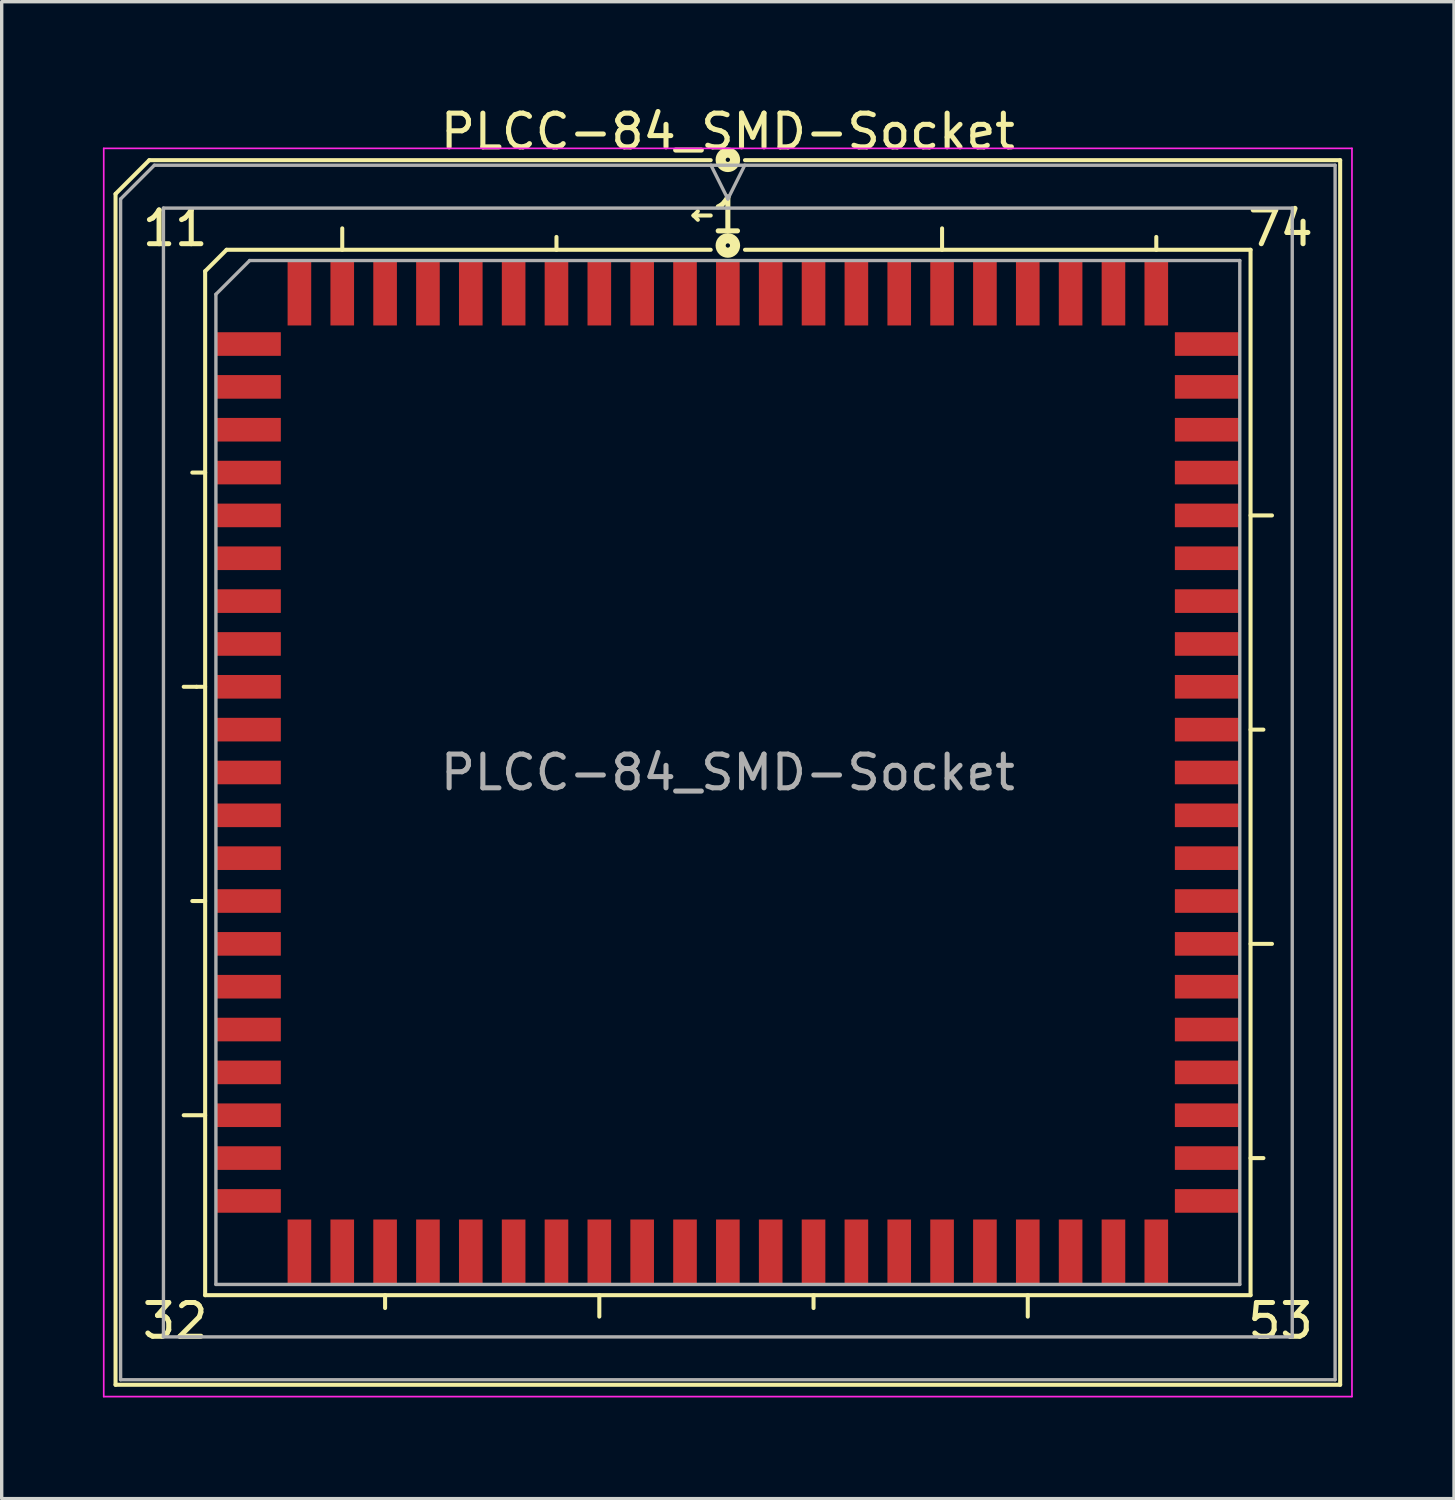
<source format=kicad_pcb>
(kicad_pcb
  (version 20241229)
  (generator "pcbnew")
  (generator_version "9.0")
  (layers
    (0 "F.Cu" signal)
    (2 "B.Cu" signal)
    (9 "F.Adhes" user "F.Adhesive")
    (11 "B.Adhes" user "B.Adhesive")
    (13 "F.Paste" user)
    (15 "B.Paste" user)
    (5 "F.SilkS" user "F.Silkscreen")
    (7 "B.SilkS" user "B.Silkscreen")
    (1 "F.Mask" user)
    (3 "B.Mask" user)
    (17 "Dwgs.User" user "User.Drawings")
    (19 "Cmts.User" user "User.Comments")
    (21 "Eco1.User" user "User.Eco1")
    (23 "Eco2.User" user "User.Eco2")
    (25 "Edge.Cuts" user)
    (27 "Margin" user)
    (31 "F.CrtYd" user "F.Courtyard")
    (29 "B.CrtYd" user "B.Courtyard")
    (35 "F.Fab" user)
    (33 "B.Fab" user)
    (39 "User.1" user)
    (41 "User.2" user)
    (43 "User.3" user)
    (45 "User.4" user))
  (footprint "PLCC-84_SMD-Socket"
    (layer "F.Cu")
    (at 18.525 19.848)
    (property "Reference" "PLCC-84_SMD-Socket" (at 0 -19 0) (layer "F.SilkS") (effects (font (size 1 1) (thickness 0.15))))
    (attr smd)
    (fp_line (start -18.15 -17.15) (end -18.15 18.15) (stroke (width 0.12) (type solid)) (layer "F.SilkS"))
    (fp_line (start -18.15 18.15) (end 18.15 18.15) (stroke (width 0.12) (type solid)) (layer "F.SilkS"))
    (fp_line (start -17.15 -18.15) (end -18.15 -17.15) (stroke (width 0.12) (type solid)) (layer "F.SilkS"))
    (fp_line (start -15.748 -2.54) (end -16.129 -2.54) (stroke (width 0.12) (type solid)) (layer "F.SilkS"))
    (fp_line (start -15.494 -14.859) (end -15.494 15.494) (stroke (width 0.12) (type solid)) (layer "F.SilkS"))
    (fp_line (start -15.494 -8.89) (end -15.875 -8.89) (stroke (width 0.12) (type solid)) (layer "F.SilkS"))
    (fp_line (start -15.494 -2.54) (end -15.748 -2.54) (stroke (width 0.12) (type solid)) (layer "F.SilkS"))
    (fp_line (start -15.494 3.81) (end -15.875 3.81) (stroke (width 0.12) (type solid)) (layer "F.SilkS"))
    (fp_line (start -15.494 10.16) (end -16.129 10.16) (stroke (width 0.12) (type solid)) (layer "F.SilkS"))
    (fp_line (start -15.494 15.494) (end 15.494 15.494) (stroke (width 0.12) (type solid)) (layer "F.SilkS"))
    (fp_line (start -14.859 -15.494) (end -15.494 -14.859) (stroke (width 0.12) (type solid)) (layer "F.SilkS"))
    (fp_line (start -11.43 -15.494) (end -11.43 -16.129) (stroke (width 0.12) (type solid)) (layer "F.SilkS"))
    (fp_line (start -10.16 15.494) (end -10.16 15.875) (stroke (width 0.12) (type solid)) (layer "F.SilkS"))
    (fp_line (start -5.08 -15.494) (end -5.08 -15.875) (stroke (width 0.12) (type solid)) (layer "F.SilkS"))
    (fp_line (start -3.81 15.494) (end -3.81 16.129) (stroke (width 0.12) (type solid)) (layer "F.SilkS"))
    (fp_line (start -1.016 -16.51) (end -0.889 -16.637) (stroke (width 0.12) (type solid)) (layer "F.SilkS"))
    (fp_line (start -1.016 -16.51) (end -0.889 -16.383) (stroke (width 0.12) (type solid)) (layer "F.SilkS"))
    (fp_line (start -0.508 -18.15) (end -17.15 -18.15) (stroke (width 0.12) (type solid)) (layer "F.SilkS"))
    (fp_line (start -0.508 -16.51) (end -1.016 -16.51) (stroke (width 0.12) (type solid)) (layer "F.SilkS"))
    (fp_line (start -0.508 -15.494) (end -14.859 -15.494) (stroke (width 0.12) (type solid)) (layer "F.SilkS"))
    (fp_line (start 2.54 15.494) (end 2.54 15.875) (stroke (width 0.12) (type solid)) (layer "F.SilkS"))
    (fp_line (start 6.35 -15.494) (end 6.35 -16.129) (stroke (width 0.12) (type solid)) (layer "F.SilkS"))
    (fp_line (start 8.89 15.494) (end 8.89 16.129) (stroke (width 0.12) (type solid)) (layer "F.SilkS"))
    (fp_line (start 12.7 -15.494) (end 12.7 -15.875) (stroke (width 0.12) (type solid)) (layer "F.SilkS"))
    (fp_line (start 15.494 -15.494) (end 0.508 -15.494) (stroke (width 0.12) (type solid)) (layer "F.SilkS"))
    (fp_line (start 15.494 -7.62) (end 16.129 -7.62) (stroke (width 0.12) (type solid)) (layer "F.SilkS"))
    (fp_line (start 15.494 -1.27) (end 15.875 -1.27) (stroke (width 0.12) (type solid)) (layer "F.SilkS"))
    (fp_line (start 15.494 5.08) (end 16.129 5.08) (stroke (width 0.12) (type solid)) (layer "F.SilkS"))
    (fp_line (start 15.494 11.43) (end 15.875 11.43) (stroke (width 0.12) (type solid)) (layer "F.SilkS"))
    (fp_line (start 15.494 15.494) (end 15.494 -15.494) (stroke (width 0.12) (type solid)) (layer "F.SilkS"))
    (fp_line (start 18.15 -18.15) (end 0.508 -18.15) (stroke (width 0.12) (type solid)) (layer "F.SilkS"))
    (fp_line (start 18.15 18.15) (end 18.15 -18.15) (stroke (width 0.12) (type solid)) (layer "F.SilkS"))
    (fp_circle (center 0 -18.161) (end 0.064 -18.161) (stroke (width 0.3) (type solid)) (fill no) (layer "F.SilkS"))
    (fp_circle (center 0 -15.621) (end 0.064 -15.621) (stroke (width 0.3) (type solid)) (fill no) (layer "F.SilkS"))
    (fp_line (start -18.5 -18.5) (end -18.5 18.5) (stroke (width 0.05) (type solid)) (layer "F.CrtYd"))
    (fp_line (start -18.5 18.5) (end 18.5 18.5) (stroke (width 0.05) (type solid)) (layer "F.CrtYd"))
    (fp_line (start 18.5 -18.5) (end -18.5 -18.5) (stroke (width 0.05) (type solid)) (layer "F.CrtYd"))
    (fp_line (start 18.5 18.5) (end 18.5 -18.5) (stroke (width 0.05) (type solid)) (layer "F.CrtYd"))
    (fp_line (start -18 -17) (end -18 18) (stroke (width 0.1) (type solid)) (layer "F.Fab"))
    (fp_line (start -18 18) (end 18 18) (stroke (width 0.1) (type solid)) (layer "F.Fab"))
    (fp_line (start -17 -18) (end -18 -17) (stroke (width 0.1) (type solid)) (layer "F.Fab"))
    (fp_line (start -16.73 -16.73) (end -16.73 16.73) (stroke (width 0.1) (type solid)) (layer "F.Fab"))
    (fp_line (start -16.73 16.73) (end 16.73 16.73) (stroke (width 0.1) (type solid)) (layer "F.Fab"))
    (fp_line (start -15.175 -14.175) (end -15.175 15.175) (stroke (width 0.1) (type solid)) (layer "F.Fab"))
    (fp_line (start -15.175 15.175) (end 15.175 15.175) (stroke (width 0.1) (type solid)) (layer "F.Fab"))
    (fp_line (start -14.175 -15.175) (end -15.175 -14.175) (stroke (width 0.1) (type solid)) (layer "F.Fab"))
    (fp_line (start -0.5 -18) (end 0 -17) (stroke (width 0.1) (type solid)) (layer "F.Fab"))
    (fp_line (start 0 -17) (end 0.5 -18) (stroke (width 0.1) (type solid)) (layer "F.Fab"))
    (fp_line (start 15.175 -15.175) (end -14.175 -15.175) (stroke (width 0.1) (type solid)) (layer "F.Fab"))
    (fp_line (start 15.175 15.175) (end 15.175 -15.175) (stroke (width 0.1) (type solid)) (layer "F.Fab"))
    (fp_line (start 16.73 -16.73) (end -16.73 -16.73) (stroke (width 0.1) (type solid)) (layer "F.Fab"))
    (fp_line (start 16.73 16.73) (end 16.73 -16.73) (stroke (width 0.1) (type solid)) (layer "F.Fab"))
    (fp_line (start 18 -18) (end -17 -18) (stroke (width 0.1) (type solid)) (layer "F.Fab"))
    (fp_line (start 18 18) (end 18 -18) (stroke (width 0.1) (type solid)) (layer "F.Fab"))
    (fp_text user "32" (at -16.383 16.256 0) (unlocked yes) (layer "F.SilkS") (effects (font (size 1 1) (thickness 0.15))))
    (fp_text user "11" (at -16.383 -16.129 0) (unlocked yes) (layer "F.SilkS") (effects (font (size 1 1) (thickness 0.15))))
    (fp_text user "53" (at 16.383 16.256 0) (unlocked yes) (layer "F.SilkS") (effects (font (size 1 1) (thickness 0.15))))
    (fp_text user "74" (at 16.383 -16.129 0) (unlocked yes) (layer "F.SilkS") (effects (font (size 1 1) (thickness 0.15))))
    (fp_text user "1" (at 0 -16.51 0) (unlocked yes) (layer "F.SilkS") (effects (font (size 1 1) (thickness 0.15))))
    (fp_text user "${REFERENCE}" (at 0 0 0) (layer "F.Fab") (effects (font (size 1 1) (thickness 0.15))))
    (pad "1" smd rect (at 0 -14.213) (size 0.7 1.925) (layers "F.Cu" "F.Mask" "F.Paste"))
    (pad "2" smd rect (at -1.27 -14.213) (size 0.7 1.925) (layers "F.Cu" "F.Mask" "F.Paste"))
    (pad "3" smd rect (at -2.54 -14.213) (size 0.7 1.925) (layers "F.Cu" "F.Mask" "F.Paste"))
    (pad "4" smd rect (at -3.81 -14.213) (size 0.7 1.925) (layers "F.Cu" "F.Mask" "F.Paste"))
    (pad "5" smd rect (at -5.08 -14.213) (size 0.7 1.925) (layers "F.Cu" "F.Mask" "F.Paste"))
    (pad "6" smd rect (at -6.35 -14.213) (size 0.7 1.925) (layers "F.Cu" "F.Mask" "F.Paste"))
    (pad "7" smd rect (at -7.62 -14.213) (size 0.7 1.925) (layers "F.Cu" "F.Mask" "F.Paste"))
    (pad "8" smd rect (at -8.89 -14.213) (size 0.7 1.925) (layers "F.Cu" "F.Mask" "F.Paste"))
    (pad "9" smd rect (at -10.16 -14.213) (size 0.7 1.925) (layers "F.Cu" "F.Mask" "F.Paste"))
    (pad "10" smd rect (at -11.43 -14.213) (size 0.7 1.925) (layers "F.Cu" "F.Mask" "F.Paste"))
    (pad "11" smd rect (at -12.7 -14.213) (size 0.7 1.925) (layers "F.Cu" "F.Mask" "F.Paste"))
    (pad "12" smd rect (at -14.213 -12.7) (size 1.925 0.7) (layers "F.Cu" "F.Mask" "F.Paste"))
    (pad "13" smd rect (at -14.213 -11.43) (size 1.925 0.7) (layers "F.Cu" "F.Mask" "F.Paste"))
    (pad "14" smd rect (at -14.213 -10.16) (size 1.925 0.7) (layers "F.Cu" "F.Mask" "F.Paste"))
    (pad "15" smd rect (at -14.213 -8.89) (size 1.925 0.7) (layers "F.Cu" "F.Mask" "F.Paste"))
    (pad "16" smd rect (at -14.213 -7.62) (size 1.925 0.7) (layers "F.Cu" "F.Mask" "F.Paste"))
    (pad "17" smd rect (at -14.213 -6.35) (size 1.925 0.7) (layers "F.Cu" "F.Mask" "F.Paste"))
    (pad "18" smd rect (at -14.213 -5.08) (size 1.925 0.7) (layers "F.Cu" "F.Mask" "F.Paste"))
    (pad "19" smd rect (at -14.213 -3.81) (size 1.925 0.7) (layers "F.Cu" "F.Mask" "F.Paste"))
    (pad "20" smd rect (at -14.213 -2.54) (size 1.925 0.7) (layers "F.Cu" "F.Mask" "F.Paste"))
    (pad "21" smd rect (at -14.213 -1.27) (size 1.925 0.7) (layers "F.Cu" "F.Mask" "F.Paste"))
    (pad "22" smd rect (at -14.213 0) (size 1.925 0.7) (layers "F.Cu" "F.Mask" "F.Paste"))
    (pad "23" smd rect (at -14.213 1.27) (size 1.925 0.7) (layers "F.Cu" "F.Mask" "F.Paste"))
    (pad "24" smd rect (at -14.213 2.54) (size 1.925 0.7) (layers "F.Cu" "F.Mask" "F.Paste"))
    (pad "25" smd rect (at -14.213 3.81) (size 1.925 0.7) (layers "F.Cu" "F.Mask" "F.Paste"))
    (pad "26" smd rect (at -14.213 5.08) (size 1.925 0.7) (layers "F.Cu" "F.Mask" "F.Paste"))
    (pad "27" smd rect (at -14.213 6.35) (size 1.925 0.7) (layers "F.Cu" "F.Mask" "F.Paste"))
    (pad "28" smd rect (at -14.213 7.62) (size 1.925 0.7) (layers "F.Cu" "F.Mask" "F.Paste"))
    (pad "29" smd rect (at -14.213 8.89) (size 1.925 0.7) (layers "F.Cu" "F.Mask" "F.Paste"))
    (pad "30" smd rect (at -14.213 10.16) (size 1.925 0.7) (layers "F.Cu" "F.Mask" "F.Paste"))
    (pad "31" smd rect (at -14.213 11.43) (size 1.925 0.7) (layers "F.Cu" "F.Mask" "F.Paste"))
    (pad "32" smd rect (at -14.213 12.7) (size 1.925 0.7) (layers "F.Cu" "F.Mask" "F.Paste"))
    (pad "33" smd rect (at -12.7 14.213) (size 0.7 1.925) (layers "F.Cu" "F.Mask" "F.Paste"))
    (pad "34" smd rect (at -11.43 14.213) (size 0.7 1.925) (layers "F.Cu" "F.Mask" "F.Paste"))
    (pad "35" smd rect (at -10.16 14.213) (size 0.7 1.925) (layers "F.Cu" "F.Mask" "F.Paste"))
    (pad "36" smd rect (at -8.89 14.213) (size 0.7 1.925) (layers "F.Cu" "F.Mask" "F.Paste"))
    (pad "37" smd rect (at -7.62 14.213) (size 0.7 1.925) (layers "F.Cu" "F.Mask" "F.Paste"))
    (pad "38" smd rect (at -6.35 14.213) (size 0.7 1.925) (layers "F.Cu" "F.Mask" "F.Paste"))
    (pad "39" smd rect (at -5.08 14.213) (size 0.7 1.925) (layers "F.Cu" "F.Mask" "F.Paste"))
    (pad "40" smd rect (at -3.81 14.213) (size 0.7 1.925) (layers "F.Cu" "F.Mask" "F.Paste"))
    (pad "41" smd rect (at -2.54 14.213) (size 0.7 1.925) (layers "F.Cu" "F.Mask" "F.Paste"))
    (pad "42" smd rect (at -1.27 14.213) (size 0.7 1.925) (layers "F.Cu" "F.Mask" "F.Paste"))
    (pad "43" smd rect (at 0 14.213) (size 0.7 1.925) (layers "F.Cu" "F.Mask" "F.Paste"))
    (pad "44" smd rect (at 1.27 14.213) (size 0.7 1.925) (layers "F.Cu" "F.Mask" "F.Paste"))
    (pad "45" smd rect (at 2.54 14.213) (size 0.7 1.925) (layers "F.Cu" "F.Mask" "F.Paste"))
    (pad "46" smd rect (at 3.81 14.213) (size 0.7 1.925) (layers "F.Cu" "F.Mask" "F.Paste"))
    (pad "47" smd rect (at 5.08 14.213) (size 0.7 1.925) (layers "F.Cu" "F.Mask" "F.Paste"))
    (pad "48" smd rect (at 6.35 14.213) (size 0.7 1.925) (layers "F.Cu" "F.Mask" "F.Paste"))
    (pad "49" smd rect (at 7.62 14.213) (size 0.7 1.925) (layers "F.Cu" "F.Mask" "F.Paste"))
    (pad "50" smd rect (at 8.89 14.213) (size 0.7 1.925) (layers "F.Cu" "F.Mask" "F.Paste"))
    (pad "51" smd rect (at 10.16 14.213) (size 0.7 1.925) (layers "F.Cu" "F.Mask" "F.Paste"))
    (pad "52" smd rect (at 11.43 14.213) (size 0.7 1.925) (layers "F.Cu" "F.Mask" "F.Paste"))
    (pad "53" smd rect (at 12.7 14.213) (size 0.7 1.925) (layers "F.Cu" "F.Mask" "F.Paste"))
    (pad "54" smd rect (at 14.213 12.7) (size 1.925 0.7) (layers "F.Cu" "F.Mask" "F.Paste"))
    (pad "55" smd rect (at 14.213 11.43) (size 1.925 0.7) (layers "F.Cu" "F.Mask" "F.Paste"))
    (pad "56" smd rect (at 14.213 10.16) (size 1.925 0.7) (layers "F.Cu" "F.Mask" "F.Paste"))
    (pad "57" smd rect (at 14.213 8.89) (size 1.925 0.7) (layers "F.Cu" "F.Mask" "F.Paste"))
    (pad "58" smd rect (at 14.213 7.62) (size 1.925 0.7) (layers "F.Cu" "F.Mask" "F.Paste"))
    (pad "59" smd rect (at 14.213 6.35) (size 1.925 0.7) (layers "F.Cu" "F.Mask" "F.Paste"))
    (pad "60" smd rect (at 14.213 5.08) (size 1.925 0.7) (layers "F.Cu" "F.Mask" "F.Paste"))
    (pad "61" smd rect (at 14.213 3.81) (size 1.925 0.7) (layers "F.Cu" "F.Mask" "F.Paste"))
    (pad "62" smd rect (at 14.213 2.54) (size 1.925 0.7) (layers "F.Cu" "F.Mask" "F.Paste"))
    (pad "63" smd rect (at 14.213 1.27) (size 1.925 0.7) (layers "F.Cu" "F.Mask" "F.Paste"))
    (pad "64" smd rect (at 14.213 0) (size 1.925 0.7) (layers "F.Cu" "F.Mask" "F.Paste"))
    (pad "65" smd rect (at 14.213 -1.27) (size 1.925 0.7) (layers "F.Cu" "F.Mask" "F.Paste"))
    (pad "66" smd rect (at 14.213 -2.54) (size 1.925 0.7) (layers "F.Cu" "F.Mask" "F.Paste"))
    (pad "67" smd rect (at 14.213 -3.81) (size 1.925 0.7) (layers "F.Cu" "F.Mask" "F.Paste"))
    (pad "68" smd rect (at 14.213 -5.08) (size 1.925 0.7) (layers "F.Cu" "F.Mask" "F.Paste"))
    (pad "69" smd rect (at 14.213 -6.35) (size 1.925 0.7) (layers "F.Cu" "F.Mask" "F.Paste"))
    (pad "70" smd rect (at 14.213 -7.62) (size 1.925 0.7) (layers "F.Cu" "F.Mask" "F.Paste"))
    (pad "71" smd rect (at 14.213 -8.89) (size 1.925 0.7) (layers "F.Cu" "F.Mask" "F.Paste"))
    (pad "72" smd rect (at 14.213 -10.16) (size 1.925 0.7) (layers "F.Cu" "F.Mask" "F.Paste"))
    (pad "73" smd rect (at 14.213 -11.43) (size 1.925 0.7) (layers "F.Cu" "F.Mask" "F.Paste"))
    (pad "74" smd rect (at 14.213 -12.7) (size 1.925 0.7) (layers "F.Cu" "F.Mask" "F.Paste"))
    (pad "75" smd rect (at 12.7 -14.213) (size 0.7 1.925) (layers "F.Cu" "F.Mask" "F.Paste"))
    (pad "76" smd rect (at 11.43 -14.213) (size 0.7 1.925) (layers "F.Cu" "F.Mask" "F.Paste"))
    (pad "77" smd rect (at 10.16 -14.213) (size 0.7 1.925) (layers "F.Cu" "F.Mask" "F.Paste"))
    (pad "78" smd rect (at 8.89 -14.213) (size 0.7 1.925) (layers "F.Cu" "F.Mask" "F.Paste"))
    (pad "79" smd rect (at 7.62 -14.213) (size 0.7 1.925) (layers "F.Cu" "F.Mask" "F.Paste"))
    (pad "80" smd rect (at 6.35 -14.213) (size 0.7 1.925) (layers "F.Cu" "F.Mask" "F.Paste"))
    (pad "81" smd rect (at 5.08 -14.213) (size 0.7 1.925) (layers "F.Cu" "F.Mask" "F.Paste"))
    (pad "82" smd rect (at 3.81 -14.213) (size 0.7 1.925) (layers "F.Cu" "F.Mask" "F.Paste"))
    (pad "83" smd rect (at 2.54 -14.213) (size 0.7 1.925) (layers "F.Cu" "F.Mask" "F.Paste"))
    (pad "84" smd rect (at 1.27 -14.213) (size 0.7 1.925) (layers "F.Cu" "F.Mask" "F.Paste")))
  (gr_rect
    (start -3 -3)
    (end 40.05 41.373)
    (stroke (width 0.1) (type default))
    (fill no)
    (layer "Edge.Cuts")))
</source>
